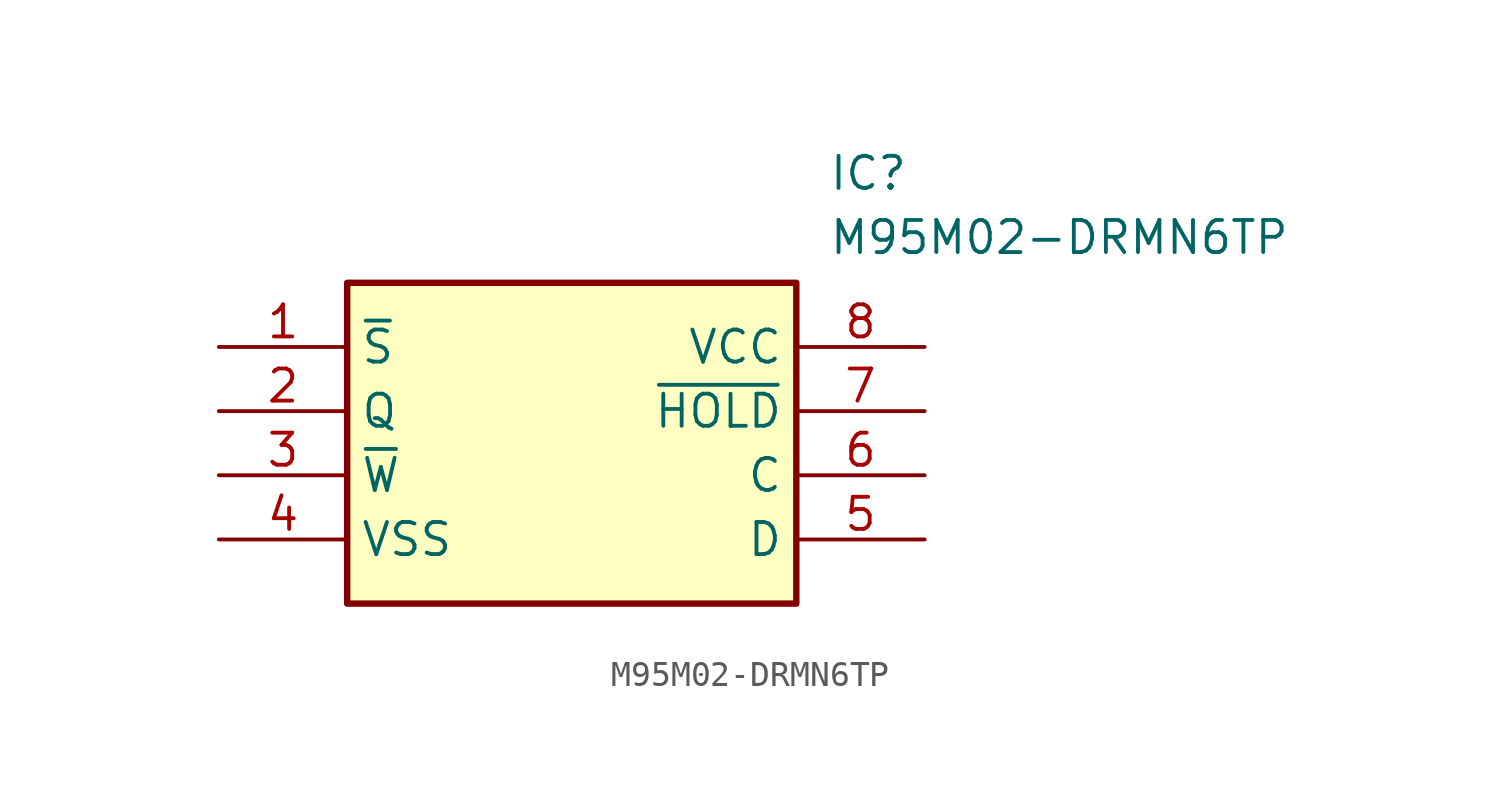
<source format=kicad_sym>
(kicad_symbol_lib
  (version 20211014)
  (generator SamacSys_ECAD_Model)
  (symbol "M95M02-DRMN6TP"
    (property "Reference" "IC"
      (at 24.13 7.62 0)
      (effects (font (size 1.27 1.27)) (justify left top)))
    (property "Value" "M95M02-DRMN6TP"
      (at 24.13 5.08 0)
      (effects (font (size 1.27 1.27)) (justify left top)))
    (rectangle
      (start 5.08 2.54)
      (end 22.86 -10.16)
      (stroke (width 0.254) (type default))
      (fill (type background)))
    (pin passive line
      (at 0 0 0)
      (length 5.08)
      (name "~{S}" (effects (font (size 1.27 1.27))))
      (number "1" (effects (font (size 1.27 1.27)))))
    (pin passive line
      (at 0 -2.54 0)
      (length 5.08)
      (name "Q" (effects (font (size 1.27 1.27))))
      (number "2" (effects (font (size 1.27 1.27)))))
    (pin passive line
      (at 0 -5.08 0)
      (length 5.08)
      (name "~{W}" (effects (font (size 1.27 1.27))))
      (number "3" (effects (font (size 1.27 1.27)))))
    (pin passive line
      (at 0 -7.62 0)
      (length 5.08)
      (name "VSS" (effects (font (size 1.27 1.27))))
      (number "4" (effects (font (size 1.27 1.27)))))
    (pin passive line
      (at 27.94 0 180)
      (length 5.08)
      (name "VCC" (effects (font (size 1.27 1.27))))
      (number "8" (effects (font (size 1.27 1.27)))))
    (pin passive line
      (at 27.94 -2.54 180)
      (length 5.08)
      (name "~{HOLD}" (effects (font (size 1.27 1.27))))
      (number "7" (effects (font (size 1.27 1.27)))))
    (pin passive line
      (at 27.94 -5.08 180)
      (length 5.08)
      (name "C" (effects (font (size 1.27 1.27))))
      (number "6" (effects (font (size 1.27 1.27)))))
    (pin passive line
      (at 27.94 -7.62 180)
      (length 5.08)
      (name "D" (effects (font (size 1.27 1.27))))
      (number "5" (effects (font (size 1.27 1.27)))))))
</source>
